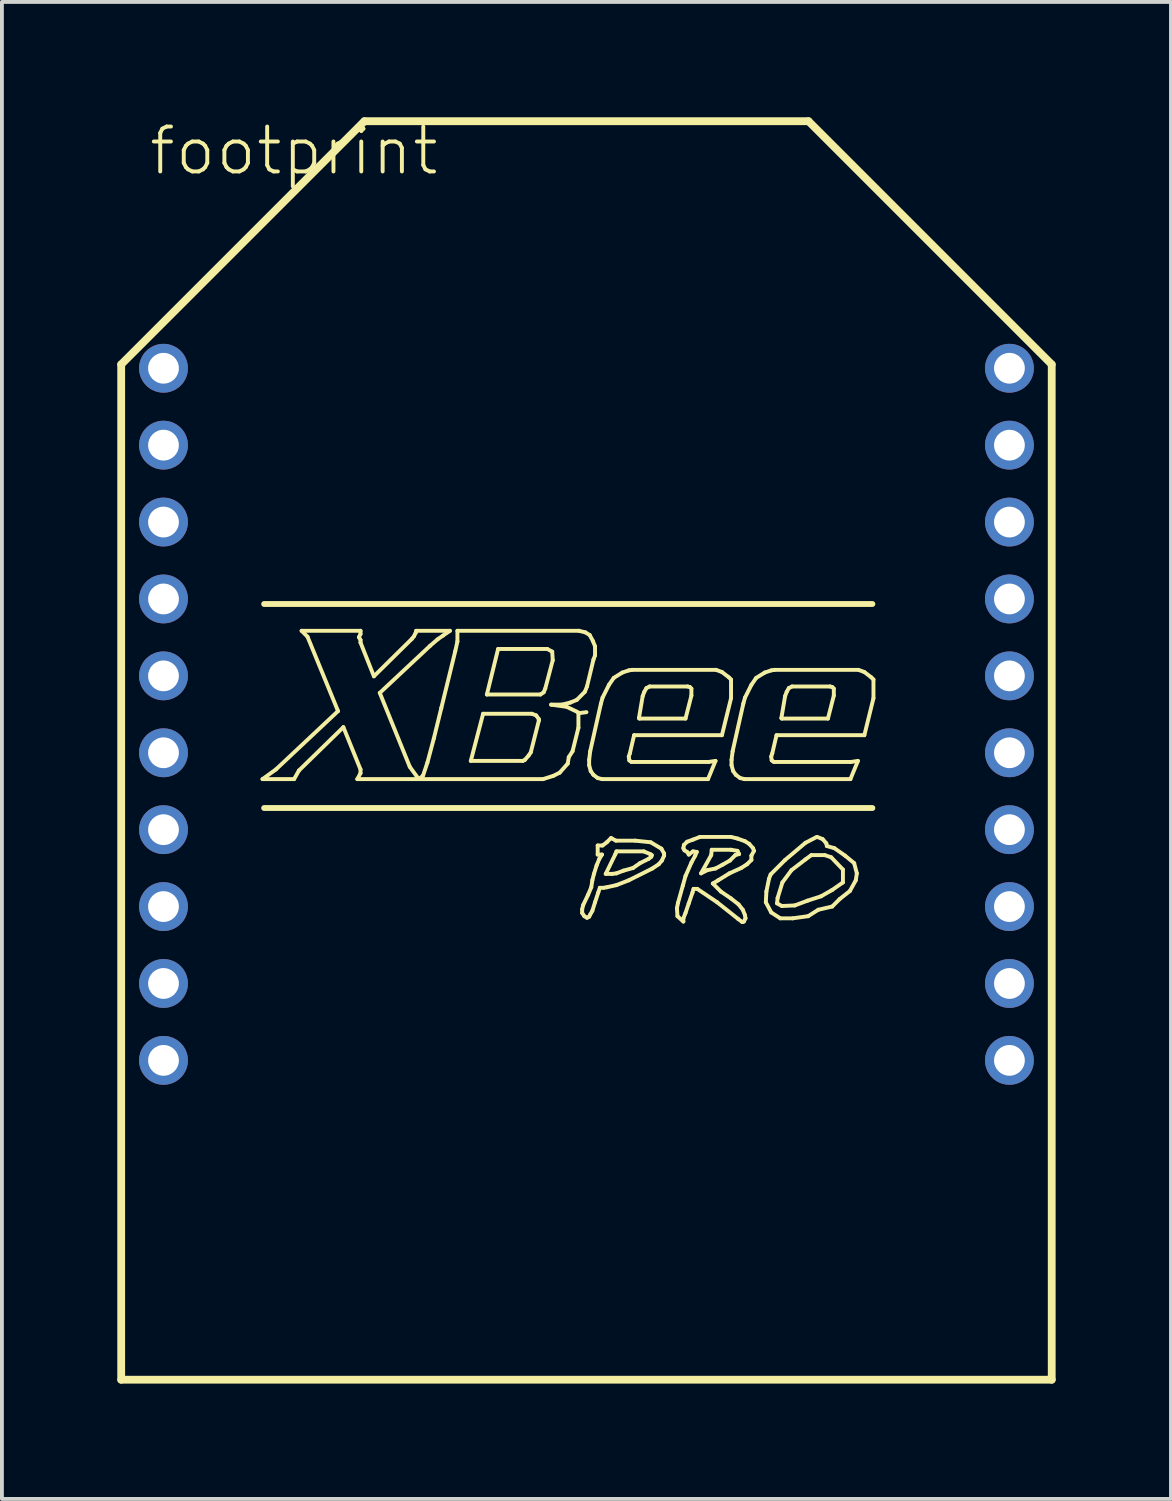
<source format=kicad_pcb>
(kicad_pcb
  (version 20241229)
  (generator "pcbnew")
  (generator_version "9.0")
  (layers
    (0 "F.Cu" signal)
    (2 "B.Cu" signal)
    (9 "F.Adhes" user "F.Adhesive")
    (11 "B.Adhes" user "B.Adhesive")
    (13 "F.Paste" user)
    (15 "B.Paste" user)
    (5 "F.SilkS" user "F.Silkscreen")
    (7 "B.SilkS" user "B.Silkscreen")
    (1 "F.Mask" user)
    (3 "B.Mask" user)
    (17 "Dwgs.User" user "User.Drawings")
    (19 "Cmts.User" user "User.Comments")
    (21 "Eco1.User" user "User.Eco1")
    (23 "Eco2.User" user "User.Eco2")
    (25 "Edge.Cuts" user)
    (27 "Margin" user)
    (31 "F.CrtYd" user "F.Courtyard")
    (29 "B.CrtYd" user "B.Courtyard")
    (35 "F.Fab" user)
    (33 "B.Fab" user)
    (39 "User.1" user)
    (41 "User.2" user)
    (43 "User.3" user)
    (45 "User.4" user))
  (footprint "footprint"
    (layer "F.Cu")
    (at 12.202 15.527)
    (property "Reference" "footprint" (at -11.43 -13.97 0) (layer "F.SilkS") (effects (font (size 1.168 1.168) (thickness 0.102)) (justify left bottom)))
    (fp_line (start -12.1 -9.1) (end -5.775 -15.425) (stroke (width 0.203) (type solid)) (layer "F.SilkS"))
    (fp_line (start -12.1 17.305) (end -12.1 -9.1) (stroke (width 0.203) (type solid)) (layer "F.SilkS"))
    (fp_line (start -8.425 1.685) (end -8.077 1.434) (stroke (width 0.102) (type solid)) (layer "F.SilkS"))
    (fp_line (start -8.383 -2.869) (end 7.436 -2.869) (stroke (width 0.152) (type solid)) (layer "F.SilkS"))
    (fp_line (start -8.383 2.437) (end 7.436 2.437) (stroke (width 0.152) (type solid)) (layer "F.SilkS"))
    (fp_line (start -8.077 1.434) (end -6.461 -0.084) (stroke (width 0.102) (type solid)) (layer "F.SilkS"))
    (fp_line (start -7.603 1.685) (end -8.425 1.685) (stroke (width 0.102) (type solid)) (layer "F.SilkS"))
    (fp_line (start -7.478 1.462) (end -7.603 1.685) (stroke (width 0.102) (type solid)) (layer "F.SilkS"))
    (fp_line (start -7.408 -2.172) (end -5.876 -2.172) (stroke (width 0.102) (type solid)) (layer "F.SilkS"))
    (fp_line (start -7.255 -2.019) (end -7.408 -2.172) (stroke (width 0.102) (type solid)) (layer "F.SilkS"))
    (fp_line (start -6.461 -0.084) (end -7.255 -2.019) (stroke (width 0.102) (type solid)) (layer "F.SilkS"))
    (fp_line (start -6.322 0.334) (end -7.478 1.462) (stroke (width 0.102) (type solid)) (layer "F.SilkS"))
    (fp_line (start -5.96 1.685) (end -5.876 1.532) (stroke (width 0.102) (type solid)) (layer "F.SilkS"))
    (fp_line (start -5.918 -2.005) (end -5.876 -1.935) (stroke (width 0.102) (type solid)) (layer "F.SilkS"))
    (fp_line (start -5.876 -2.172) (end -5.876 -2.089) (stroke (width 0.102) (type solid)) (layer "F.SilkS"))
    (fp_line (start -5.876 -2.089) (end -5.918 -2.005) (stroke (width 0.102) (type solid)) (layer "F.SilkS"))
    (fp_line (start -5.876 -1.935) (end -5.876 -1.866) (stroke (width 0.102) (type solid)) (layer "F.SilkS"))
    (fp_line (start -5.876 -1.866) (end -5.528 -0.989) (stroke (width 0.102) (type solid)) (layer "F.SilkS"))
    (fp_line (start -5.876 1.434) (end -6.322 0.334) (stroke (width 0.102) (type solid)) (layer "F.SilkS"))
    (fp_line (start -5.876 1.532) (end -5.876 1.434) (stroke (width 0.102) (type solid)) (layer "F.SilkS"))
    (fp_line (start -5.775 -15.425) (end 5.775 -15.425) (stroke (width 0.203) (type solid)) (layer "F.SilkS"))
    (fp_line (start -5.528 -0.989) (end -4.54 -1.963) (stroke (width 0.102) (type solid)) (layer "F.SilkS"))
    (fp_line (start -5.375 -0.557) (end -4.595 1.365) (stroke (width 0.102) (type solid)) (layer "F.SilkS"))
    (fp_line (start -4.595 1.365) (end -4.372 1.671) (stroke (width 0.102) (type solid)) (layer "F.SilkS"))
    (fp_line (start -4.54 -1.963) (end -4.484 -2.033) (stroke (width 0.102) (type solid)) (layer "F.SilkS"))
    (fp_line (start -4.484 -2.033) (end -4.442 -2.117) (stroke (width 0.102) (type solid)) (layer "F.SilkS"))
    (fp_line (start -4.442 -2.117) (end -4.428 -2.172) (stroke (width 0.102) (type solid)) (layer "F.SilkS"))
    (fp_line (start -4.428 -2.172) (end -3.551 -2.172) (stroke (width 0.102) (type solid)) (layer "F.SilkS"))
    (fp_line (start -4.372 1.671) (end -4.331 1.671) (stroke (width 0.102) (type solid)) (layer "F.SilkS"))
    (fp_line (start -4.331 1.671) (end -4.247 1.587) (stroke (width 0.102) (type solid)) (layer "F.SilkS"))
    (fp_line (start -4.247 1.587) (end -4.136 1.253) (stroke (width 0.102) (type solid)) (layer "F.SilkS"))
    (fp_line (start -4.136 1.253) (end -3.969 0.627) (stroke (width 0.102) (type solid)) (layer "F.SilkS"))
    (fp_line (start -4.066 -1.782) (end -5.375 -0.557) (stroke (width 0.102) (type solid)) (layer "F.SilkS"))
    (fp_line (start -3.969 0.627) (end -3.774 -0.167) (stroke (width 0.102) (type solid)) (layer "F.SilkS"))
    (fp_line (start -3.871 -1.95) (end -4.066 -1.782) (stroke (width 0.102) (type solid)) (layer "F.SilkS"))
    (fp_line (start -3.774 -0.167) (end -3.412 -1.643) (stroke (width 0.102) (type solid)) (layer "F.SilkS"))
    (fp_line (start -3.732 -2.047) (end -3.871 -1.95) (stroke (width 0.102) (type solid)) (layer "F.SilkS"))
    (fp_line (start -3.551 -2.172) (end -3.732 -2.047) (stroke (width 0.102) (type solid)) (layer "F.SilkS"))
    (fp_line (start -3.412 -1.643) (end -3.356 -1.894) (stroke (width 0.102) (type solid)) (layer "F.SilkS"))
    (fp_line (start -3.356 -2.172) (end -0.195 -2.172) (stroke (width 0.102) (type solid)) (layer "F.SilkS"))
    (fp_line (start -3.356 -1.894) (end -3.356 -2.172) (stroke (width 0.102) (type solid)) (layer "F.SilkS"))
    (fp_line (start -3.008 1.212) (end -2.688 -0.014) (stroke (width 0.102) (type solid)) (layer "F.SilkS"))
    (fp_line (start -2.688 -0.014) (end -1.42 -0.014) (stroke (width 0.102) (type solid)) (layer "F.SilkS"))
    (fp_line (start -2.59 -0.515) (end -2.298 -1.699) (stroke (width 0.102) (type solid)) (layer "F.SilkS"))
    (fp_line (start -2.298 -1.699) (end -1.017 -1.699) (stroke (width 0.102) (type solid)) (layer "F.SilkS"))
    (fp_line (start -1.657 1.212) (end -3.008 1.212) (stroke (width 0.102) (type solid)) (layer "F.SilkS"))
    (fp_line (start -1.601 1.184) (end -1.657 1.212) (stroke (width 0.102) (type solid)) (layer "F.SilkS"))
    (fp_line (start -1.504 1.072) (end -1.601 1.184) (stroke (width 0.102) (type solid)) (layer "F.SilkS"))
    (fp_line (start -1.448 0.989) (end -1.504 1.072) (stroke (width 0.102) (type solid)) (layer "F.SilkS"))
    (fp_line (start -1.42 -0.014) (end -1.309 0.028) (stroke (width 0.102) (type solid)) (layer "F.SilkS"))
    (fp_line (start -1.309 0.028) (end -1.239 0.125) (stroke (width 0.102) (type solid)) (layer "F.SilkS"))
    (fp_line (start -1.239 0.125) (end -1.239 0.167) (stroke (width 0.102) (type solid)) (layer "F.SilkS"))
    (fp_line (start -1.239 0.167) (end -1.448 0.989) (stroke (width 0.102) (type solid)) (layer "F.SilkS"))
    (fp_line (start -1.198 -0.515) (end -2.59 -0.515) (stroke (width 0.102) (type solid)) (layer "F.SilkS"))
    (fp_line (start -1.128 1.685) (end -5.96 1.685) (stroke (width 0.102) (type solid)) (layer "F.SilkS"))
    (fp_line (start -1.114 -0.571) (end -1.198 -0.515) (stroke (width 0.102) (type solid)) (layer "F.SilkS"))
    (fp_line (start -1.072 -0.668) (end -1.114 -0.571) (stroke (width 0.102) (type solid)) (layer "F.SilkS"))
    (fp_line (start -1.017 -1.699) (end -0.891 -1.629) (stroke (width 0.102) (type solid)) (layer "F.SilkS"))
    (fp_line (start -0.919 -0.251) (end -0.515 -0.195) (stroke (width 0.102) (type solid)) (layer "F.SilkS"))
    (fp_line (start -0.891 -1.629) (end -0.877 -1.406) (stroke (width 0.102) (type solid)) (layer "F.SilkS"))
    (fp_line (start -0.877 -1.406) (end -1.072 -0.668) (stroke (width 0.102) (type solid)) (layer "F.SilkS"))
    (fp_line (start -0.863 1.601) (end -1.128 1.685) (stroke (width 0.102) (type solid)) (layer "F.SilkS"))
    (fp_line (start -0.696 1.518) (end -0.863 1.601) (stroke (width 0.102) (type solid)) (layer "F.SilkS"))
    (fp_line (start -0.641 -0.251) (end -0.919 -0.251) (stroke (width 0.102) (type solid)) (layer "F.SilkS"))
    (fp_line (start -0.515 -0.195) (end -0.223 -0.056) (stroke (width 0.102) (type solid)) (layer "F.SilkS"))
    (fp_line (start -0.487 1.281) (end -0.696 1.518) (stroke (width 0.102) (type solid)) (layer "F.SilkS"))
    (fp_line (start -0.46 1.114) (end -0.487 1.281) (stroke (width 0.102) (type solid)) (layer "F.SilkS"))
    (fp_line (start -0.418 -0.306) (end -0.641 -0.251) (stroke (width 0.102) (type solid)) (layer "F.SilkS"))
    (fp_line (start -0.362 0.961) (end -0.46 1.114) (stroke (width 0.102) (type solid)) (layer "F.SilkS"))
    (fp_line (start -0.251 -0.376) (end -0.418 -0.306) (stroke (width 0.102) (type solid)) (layer "F.SilkS"))
    (fp_line (start -0.209 -0.028) (end -0.209 0.348) (stroke (width 0.102) (type solid)) (layer "F.SilkS"))
    (fp_line (start -0.209 0.348) (end -0.362 0.961) (stroke (width 0.102) (type solid)) (layer "F.SilkS"))
    (fp_line (start -0.195 -2.172) (end -0.028 -2.131) (stroke (width 0.102) (type solid)) (layer "F.SilkS"))
    (fp_line (start -0.112 5.069) (end -0.084 4.957) (stroke (width 0.102) (type solid)) (layer "F.SilkS"))
    (fp_line (start -0.112 5.166) (end -0.112 5.069) (stroke (width 0.102) (type solid)) (layer "F.SilkS"))
    (fp_line (start -0.084 4.957) (end 0.042 4.693) (stroke (width 0.102) (type solid)) (layer "F.SilkS"))
    (fp_line (start -0.056 5.25) (end -0.112 5.166) (stroke (width 0.102) (type solid)) (layer "F.SilkS"))
    (fp_line (start -0.042 -0.585) (end -0.251 -0.376) (stroke (width 0.102) (type solid)) (layer "F.SilkS"))
    (fp_line (start -0.028 -2.131) (end 0.084 -2.061) (stroke (width 0.102) (type solid)) (layer "F.SilkS"))
    (fp_line (start 0 -0.056) (end -0.209 -0.028) (stroke (width 0.102) (type solid)) (layer "F.SilkS"))
    (fp_line (start 0.014 -0.724) (end -0.042 -0.585) (stroke (width 0.102) (type solid)) (layer "F.SilkS"))
    (fp_line (start 0.014 5.292) (end -0.056 5.25) (stroke (width 0.102) (type solid)) (layer "F.SilkS"))
    (fp_line (start 0.042 4.693) (end 0.125 4.498) (stroke (width 0.102) (type solid)) (layer "F.SilkS"))
    (fp_line (start 0.07 1.184) (end 0.097 0.961) (stroke (width 0.102) (type solid)) (layer "F.SilkS"))
    (fp_line (start 0.07 1.323) (end 0.07 1.184) (stroke (width 0.102) (type solid)) (layer "F.SilkS"))
    (fp_line (start 0.07 5.264) (end 0.014 5.292) (stroke (width 0.102) (type solid)) (layer "F.SilkS"))
    (fp_line (start 0.084 -2.061) (end 0.167 -1.908) (stroke (width 0.102) (type solid)) (layer "F.SilkS"))
    (fp_line (start 0.097 0.961) (end 0.376 -0.279) (stroke (width 0.102) (type solid)) (layer "F.SilkS"))
    (fp_line (start 0.097 5.208) (end 0.07 5.264) (stroke (width 0.102) (type solid)) (layer "F.SilkS"))
    (fp_line (start 0.111 1.476) (end 0.07 1.323) (stroke (width 0.102) (type solid)) (layer "F.SilkS"))
    (fp_line (start 0.125 4.498) (end 0.153 4.317) (stroke (width 0.102) (type solid)) (layer "F.SilkS"))
    (fp_line (start 0.153 4.317) (end 0.195 4.15) (stroke (width 0.102) (type solid)) (layer "F.SilkS"))
    (fp_line (start 0.153 5.111) (end 0.097 5.208) (stroke (width 0.102) (type solid)) (layer "F.SilkS"))
    (fp_line (start 0.167 -1.908) (end 0.223 -1.768) (stroke (width 0.102) (type solid)) (layer "F.SilkS"))
    (fp_line (start 0.181 -1.42) (end 0.014 -0.724) (stroke (width 0.102) (type solid)) (layer "F.SilkS"))
    (fp_line (start 0.181 1.574) (end 0.111 1.476) (stroke (width 0.102) (type solid)) (layer "F.SilkS"))
    (fp_line (start 0.195 4.15) (end 0.265 3.927) (stroke (width 0.102) (type solid)) (layer "F.SilkS"))
    (fp_line (start 0.223 -1.768) (end 0.223 -1.532) (stroke (width 0.102) (type solid)) (layer "F.SilkS"))
    (fp_line (start 0.223 -1.532) (end 0.181 -1.42) (stroke (width 0.102) (type solid)) (layer "F.SilkS"))
    (fp_line (start 0.223 4.888) (end 0.153 5.111) (stroke (width 0.102) (type solid)) (layer "F.SilkS"))
    (fp_line (start 0.265 3.927) (end 0.334 3.76) (stroke (width 0.102) (type solid)) (layer "F.SilkS"))
    (fp_line (start 0.292 1.657) (end 0.181 1.574) (stroke (width 0.102) (type solid)) (layer "F.SilkS"))
    (fp_line (start 0.292 3.412) (end 0.418 3.412) (stroke (width 0.102) (type solid)) (layer "F.SilkS"))
    (fp_line (start 0.292 3.648) (end 0.292 3.412) (stroke (width 0.102) (type solid)) (layer "F.SilkS"))
    (fp_line (start 0.306 4.637) (end 0.223 4.888) (stroke (width 0.102) (type solid)) (layer "F.SilkS"))
    (fp_line (start 0.334 3.76) (end 0.404 3.648) (stroke (width 0.102) (type solid)) (layer "F.SilkS"))
    (fp_line (start 0.348 4.512) (end 0.306 4.637) (stroke (width 0.102) (type solid)) (layer "F.SilkS"))
    (fp_line (start 0.376 -0.279) (end 0.418 -0.432) (stroke (width 0.102) (type solid)) (layer "F.SilkS"))
    (fp_line (start 0.404 1.685) (end 0.292 1.657) (stroke (width 0.102) (type solid)) (layer "F.SilkS"))
    (fp_line (start 0.404 3.648) (end 0.292 3.648) (stroke (width 0.102) (type solid)) (layer "F.SilkS"))
    (fp_line (start 0.418 -0.432) (end 0.585 -0.766) (stroke (width 0.102) (type solid)) (layer "F.SilkS"))
    (fp_line (start 0.418 3.412) (end 0.529 3.328) (stroke (width 0.102) (type solid)) (layer "F.SilkS"))
    (fp_line (start 0.446 4.512) (end 0.348 4.512) (stroke (width 0.102) (type solid)) (layer "F.SilkS"))
    (fp_line (start 0.501 4.15) (end 0.752 3.635) (stroke (width 0.102) (type solid)) (layer "F.SilkS"))
    (fp_line (start 0.529 3.328) (end 0.64 3.217) (stroke (width 0.102) (type solid)) (layer "F.SilkS"))
    (fp_line (start 0.529 4.498) (end 0.446 4.512) (stroke (width 0.102) (type solid)) (layer "F.SilkS"))
    (fp_line (start 0.585 -0.766) (end 0.71 -0.947) (stroke (width 0.102) (type solid)) (layer "F.SilkS"))
    (fp_line (start 0.64 3.217) (end 0.766 3.286) (stroke (width 0.102) (type solid)) (layer "F.SilkS"))
    (fp_line (start 0.668 4.15) (end 0.501 4.15) (stroke (width 0.102) (type solid)) (layer "F.SilkS"))
    (fp_line (start 0.71 -0.947) (end 0.933 -1.086) (stroke (width 0.102) (type solid)) (layer "F.SilkS"))
    (fp_line (start 0.752 3.635) (end 0.78 3.565) (stroke (width 0.102) (type solid)) (layer "F.SilkS"))
    (fp_line (start 0.766 3.286) (end 1.267 3.286) (stroke (width 0.102) (type solid)) (layer "F.SilkS"))
    (fp_line (start 0.78 3.565) (end 1.49 3.565) (stroke (width 0.102) (type solid)) (layer "F.SilkS"))
    (fp_line (start 0.78 4.136) (end 0.668 4.15) (stroke (width 0.102) (type solid)) (layer "F.SilkS"))
    (fp_line (start 0.78 4.442) (end 0.529 4.498) (stroke (width 0.102) (type solid)) (layer "F.SilkS"))
    (fp_line (start 0.933 -1.086) (end 1.1 -1.142) (stroke (width 0.102) (type solid)) (layer "F.SilkS"))
    (fp_line (start 0.961 4.066) (end 0.78 4.136) (stroke (width 0.102) (type solid)) (layer "F.SilkS"))
    (fp_line (start 1.1 -1.142) (end 1.183 -1.156) (stroke (width 0.102) (type solid)) (layer "F.SilkS"))
    (fp_line (start 1.1 1.1) (end 1.114 1.198) (stroke (width 0.102) (type solid)) (layer "F.SilkS"))
    (fp_line (start 1.1 4.317) (end 0.78 4.442) (stroke (width 0.102) (type solid)) (layer "F.SilkS"))
    (fp_line (start 1.114 1.198) (end 1.17 1.239) (stroke (width 0.102) (type solid)) (layer "F.SilkS"))
    (fp_line (start 1.128 1.017) (end 1.1 1.1) (stroke (width 0.102) (type solid)) (layer "F.SilkS"))
    (fp_line (start 1.17 1.239) (end 3.175 1.239) (stroke (width 0.102) (type solid)) (layer "F.SilkS"))
    (fp_line (start 1.183 -1.156) (end 3.37 -1.156) (stroke (width 0.102) (type solid)) (layer "F.SilkS"))
    (fp_line (start 1.211 3.997) (end 0.961 4.066) (stroke (width 0.102) (type solid)) (layer "F.SilkS"))
    (fp_line (start 1.239 0.543) (end 1.128 1.017) (stroke (width 0.102) (type solid)) (layer "F.SilkS"))
    (fp_line (start 1.267 3.286) (end 1.671 3.328) (stroke (width 0.102) (type solid)) (layer "F.SilkS"))
    (fp_line (start 1.365 0.098) (end 1.462 -0.473) (stroke (width 0.102) (type solid)) (layer "F.SilkS"))
    (fp_line (start 1.379 0.111) (end 1.365 0.098) (stroke (width 0.102) (type solid)) (layer "F.SilkS"))
    (fp_line (start 1.392 3.871) (end 1.211 3.997) (stroke (width 0.102) (type solid)) (layer "F.SilkS"))
    (fp_line (start 1.462 -0.473) (end 1.504 -0.585) (stroke (width 0.102) (type solid)) (layer "F.SilkS"))
    (fp_line (start 1.49 3.565) (end 1.657 3.635) (stroke (width 0.102) (type solid)) (layer "F.SilkS"))
    (fp_line (start 1.504 -0.585) (end 1.56 -0.682) (stroke (width 0.102) (type solid)) (layer "F.SilkS"))
    (fp_line (start 1.56 -0.682) (end 1.643 -0.724) (stroke (width 0.102) (type solid)) (layer "F.SilkS"))
    (fp_line (start 1.615 3.76) (end 1.392 3.871) (stroke (width 0.102) (type solid)) (layer "F.SilkS"))
    (fp_line (start 1.643 -0.724) (end 2.632 -0.724) (stroke (width 0.102) (type solid)) (layer "F.SilkS"))
    (fp_line (start 1.657 3.635) (end 1.699 3.662) (stroke (width 0.102) (type solid)) (layer "F.SilkS"))
    (fp_line (start 1.671 3.328) (end 1.949 3.495) (stroke (width 0.102) (type solid)) (layer "F.SilkS"))
    (fp_line (start 1.685 3.704) (end 1.615 3.76) (stroke (width 0.102) (type solid)) (layer "F.SilkS"))
    (fp_line (start 1.699 3.662) (end 1.685 3.704) (stroke (width 0.102) (type solid)) (layer "F.SilkS"))
    (fp_line (start 1.713 4.01) (end 1.1 4.317) (stroke (width 0.102) (type solid)) (layer "F.SilkS"))
    (fp_line (start 1.88 3.899) (end 1.713 4.01) (stroke (width 0.102) (type solid)) (layer "F.SilkS"))
    (fp_line (start 1.949 3.495) (end 2.019 3.62) (stroke (width 0.102) (type solid)) (layer "F.SilkS"))
    (fp_line (start 1.963 3.802) (end 1.88 3.899) (stroke (width 0.102) (type solid)) (layer "F.SilkS"))
    (fp_line (start 2.019 3.62) (end 2.019 3.676) (stroke (width 0.102) (type solid)) (layer "F.SilkS"))
    (fp_line (start 2.019 3.676) (end 1.963 3.802) (stroke (width 0.102) (type solid)) (layer "F.SilkS"))
    (fp_line (start 2.353 5.041) (end 2.381 4.902) (stroke (width 0.102) (type solid)) (layer "F.SilkS"))
    (fp_line (start 2.367 5.25) (end 2.353 5.041) (stroke (width 0.102) (type solid)) (layer "F.SilkS"))
    (fp_line (start 2.381 4.902) (end 2.506 4.456) (stroke (width 0.102) (type solid)) (layer "F.SilkS"))
    (fp_line (start 2.506 4.456) (end 2.576 4.205) (stroke (width 0.102) (type solid)) (layer "F.SilkS"))
    (fp_line (start 2.52 3.481) (end 2.534 3.398) (stroke (width 0.102) (type solid)) (layer "F.SilkS"))
    (fp_line (start 2.52 5.306) (end 2.52 5.389) (stroke (width 0.102) (type solid)) (layer "F.SilkS"))
    (fp_line (start 2.52 5.389) (end 2.367 5.25) (stroke (width 0.102) (type solid)) (layer "F.SilkS"))
    (fp_line (start 2.534 3.398) (end 2.618 3.314) (stroke (width 0.102) (type solid)) (layer "F.SilkS"))
    (fp_line (start 2.548 3.537) (end 2.52 3.481) (stroke (width 0.102) (type solid)) (layer "F.SilkS"))
    (fp_line (start 2.576 0.111) (end 1.379 0.111) (stroke (width 0.102) (type solid)) (layer "F.SilkS"))
    (fp_line (start 2.576 4.205) (end 2.729 3.857) (stroke (width 0.102) (type solid)) (layer "F.SilkS"))
    (fp_line (start 2.576 5.166) (end 2.52 5.306) (stroke (width 0.102) (type solid)) (layer "F.SilkS"))
    (fp_line (start 2.618 3.314) (end 2.771 3.259) (stroke (width 0.102) (type solid)) (layer "F.SilkS"))
    (fp_line (start 2.618 3.579) (end 2.548 3.537) (stroke (width 0.102) (type solid)) (layer "F.SilkS"))
    (fp_line (start 2.632 -0.724) (end 2.687 -0.71) (stroke (width 0.102) (type solid)) (layer "F.SilkS"))
    (fp_line (start 2.66 3.635) (end 2.618 3.579) (stroke (width 0.102) (type solid)) (layer "F.SilkS"))
    (fp_line (start 2.66 3.648) (end 2.66 3.635) (stroke (width 0.102) (type solid)) (layer "F.SilkS"))
    (fp_line (start 2.66 4.916) (end 2.576 5.166) (stroke (width 0.102) (type solid)) (layer "F.SilkS"))
    (fp_line (start 2.687 -0.71) (end 2.729 -0.668) (stroke (width 0.102) (type solid)) (layer "F.SilkS"))
    (fp_line (start 2.729 -0.668) (end 2.729 -0.487) (stroke (width 0.102) (type solid)) (layer "F.SilkS"))
    (fp_line (start 2.729 -0.487) (end 2.576 0.111) (stroke (width 0.102) (type solid)) (layer "F.SilkS"))
    (fp_line (start 2.729 3.857) (end 2.827 3.676) (stroke (width 0.102) (type solid)) (layer "F.SilkS"))
    (fp_line (start 2.757 4.637) (end 2.66 4.916) (stroke (width 0.102) (type solid)) (layer "F.SilkS"))
    (fp_line (start 2.771 3.259) (end 2.952 3.189) (stroke (width 0.102) (type solid)) (layer "F.SilkS"))
    (fp_line (start 2.771 3.565) (end 2.66 3.648) (stroke (width 0.102) (type solid)) (layer "F.SilkS"))
    (fp_line (start 2.785 4.54) (end 2.757 4.637) (stroke (width 0.102) (type solid)) (layer "F.SilkS"))
    (fp_line (start 2.827 3.676) (end 2.869 3.579) (stroke (width 0.102) (type solid)) (layer "F.SilkS"))
    (fp_line (start 2.869 3.579) (end 2.771 3.565) (stroke (width 0.102) (type solid)) (layer "F.SilkS"))
    (fp_line (start 2.882 4.54) (end 2.785 4.54) (stroke (width 0.102) (type solid)) (layer "F.SilkS"))
    (fp_line (start 2.952 3.189) (end 3.76 3.189) (stroke (width 0.102) (type solid)) (layer "F.SilkS"))
    (fp_line (start 2.98 4.136) (end 3.244 3.662) (stroke (width 0.102) (type solid)) (layer "F.SilkS"))
    (fp_line (start 3.147 4.052) (end 2.98 4.136) (stroke (width 0.102) (type solid)) (layer "F.SilkS"))
    (fp_line (start 3.161 1.685) (end 0.404 1.685) (stroke (width 0.102) (type solid)) (layer "F.SilkS"))
    (fp_line (start 3.175 1.239) (end 3.356 1.212) (stroke (width 0.102) (type solid)) (layer "F.SilkS"))
    (fp_line (start 3.244 3.662) (end 3.258 3.523) (stroke (width 0.102) (type solid)) (layer "F.SilkS"))
    (fp_line (start 3.258 3.523) (end 3.76 3.523) (stroke (width 0.102) (type solid)) (layer "F.SilkS"))
    (fp_line (start 3.286 4.4) (end 3.495 4.609) (stroke (width 0.102) (type solid)) (layer "F.SilkS"))
    (fp_line (start 3.356 1.212) (end 3.161 1.685) (stroke (width 0.102) (type solid)) (layer "F.SilkS"))
    (fp_line (start 3.356 4.01) (end 3.147 4.052) (stroke (width 0.102) (type solid)) (layer "F.SilkS"))
    (fp_line (start 3.37 -1.156) (end 3.523 -1.1) (stroke (width 0.102) (type solid)) (layer "F.SilkS"))
    (fp_line (start 3.398 4.888) (end 2.882 4.54) (stroke (width 0.102) (type solid)) (layer "F.SilkS"))
    (fp_line (start 3.425 4.317) (end 3.286 4.4) (stroke (width 0.102) (type solid)) (layer "F.SilkS"))
    (fp_line (start 3.495 4.609) (end 3.76 4.79) (stroke (width 0.102) (type solid)) (layer "F.SilkS"))
    (fp_line (start 3.523 -1.1) (end 3.704 -0.961) (stroke (width 0.102) (type solid)) (layer "F.SilkS"))
    (fp_line (start 3.523 0.543) (end 1.239 0.543) (stroke (width 0.102) (type solid)) (layer "F.SilkS"))
    (fp_line (start 3.537 3.913) (end 3.356 4.01) (stroke (width 0.102) (type solid)) (layer "F.SilkS"))
    (fp_line (start 3.704 -0.961) (end 3.76 -0.905) (stroke (width 0.102) (type solid)) (layer "F.SilkS"))
    (fp_line (start 3.718 4.136) (end 3.425 4.317) (stroke (width 0.102) (type solid)) (layer "F.SilkS"))
    (fp_line (start 3.732 3.802) (end 3.537 3.913) (stroke (width 0.102) (type solid)) (layer "F.SilkS"))
    (fp_line (start 3.76 -0.905) (end 3.76 -0.418) (stroke (width 0.102) (type solid)) (layer "F.SilkS"))
    (fp_line (start 3.76 -0.418) (end 3.523 0.543) (stroke (width 0.102) (type solid)) (layer "F.SilkS"))
    (fp_line (start 3.76 3.189) (end 3.927 3.231) (stroke (width 0.102) (type solid)) (layer "F.SilkS"))
    (fp_line (start 3.76 3.523) (end 3.927 3.551) (stroke (width 0.102) (type solid)) (layer "F.SilkS"))
    (fp_line (start 3.76 4.79) (end 3.955 4.943) (stroke (width 0.102) (type solid)) (layer "F.SilkS"))
    (fp_line (start 3.773 1.184) (end 3.801 0.961) (stroke (width 0.102) (type solid)) (layer "F.SilkS"))
    (fp_line (start 3.773 1.323) (end 3.773 1.184) (stroke (width 0.102) (type solid)) (layer "F.SilkS"))
    (fp_line (start 3.801 0.961) (end 4.08 -0.279) (stroke (width 0.102) (type solid)) (layer "F.SilkS"))
    (fp_line (start 3.815 1.476) (end 3.773 1.323) (stroke (width 0.102) (type solid)) (layer "F.SilkS"))
    (fp_line (start 3.871 3.662) (end 3.732 3.802) (stroke (width 0.102) (type solid)) (layer "F.SilkS"))
    (fp_line (start 3.885 1.574) (end 3.815 1.476) (stroke (width 0.102) (type solid)) (layer "F.SilkS"))
    (fp_line (start 3.927 3.231) (end 4.122 3.3) (stroke (width 0.102) (type solid)) (layer "F.SilkS"))
    (fp_line (start 3.927 3.551) (end 3.969 3.635) (stroke (width 0.102) (type solid)) (layer "F.SilkS"))
    (fp_line (start 3.941 5.319) (end 3.398 4.888) (stroke (width 0.102) (type solid)) (layer "F.SilkS"))
    (fp_line (start 3.955 4.943) (end 4.066 5.083) (stroke (width 0.102) (type solid)) (layer "F.SilkS"))
    (fp_line (start 3.969 3.635) (end 3.871 3.662) (stroke (width 0.102) (type solid)) (layer "F.SilkS"))
    (fp_line (start 3.996 1.657) (end 3.885 1.574) (stroke (width 0.102) (type solid)) (layer "F.SilkS"))
    (fp_line (start 4.024 3.997) (end 3.718 4.136) (stroke (width 0.102) (type solid)) (layer "F.SilkS"))
    (fp_line (start 4.052 5.403) (end 3.941 5.319) (stroke (width 0.102) (type solid)) (layer "F.SilkS"))
    (fp_line (start 4.066 5.083) (end 4.122 5.222) (stroke (width 0.102) (type solid)) (layer "F.SilkS"))
    (fp_line (start 4.08 -0.279) (end 4.122 -0.432) (stroke (width 0.102) (type solid)) (layer "F.SilkS"))
    (fp_line (start 4.094 5.389) (end 4.052 5.403) (stroke (width 0.102) (type solid)) (layer "F.SilkS"))
    (fp_line (start 4.108 1.685) (end 3.996 1.657) (stroke (width 0.102) (type solid)) (layer "F.SilkS"))
    (fp_line (start 4.122 -0.432) (end 4.289 -0.766) (stroke (width 0.102) (type solid)) (layer "F.SilkS"))
    (fp_line (start 4.122 3.3) (end 4.233 3.37) (stroke (width 0.102) (type solid)) (layer "F.SilkS"))
    (fp_line (start 4.122 5.222) (end 4.136 5.306) (stroke (width 0.102) (type solid)) (layer "F.SilkS"))
    (fp_line (start 4.136 5.306) (end 4.094 5.389) (stroke (width 0.102) (type solid)) (layer "F.SilkS"))
    (fp_line (start 4.177 3.899) (end 4.024 3.997) (stroke (width 0.102) (type solid)) (layer "F.SilkS"))
    (fp_line (start 4.233 3.37) (end 4.331 3.481) (stroke (width 0.102) (type solid)) (layer "F.SilkS"))
    (fp_line (start 4.289 -0.766) (end 4.414 -0.947) (stroke (width 0.102) (type solid)) (layer "F.SilkS"))
    (fp_line (start 4.289 3.676) (end 4.289 3.788) (stroke (width 0.102) (type solid)) (layer "F.SilkS"))
    (fp_line (start 4.289 3.788) (end 4.177 3.899) (stroke (width 0.102) (type solid)) (layer "F.SilkS"))
    (fp_line (start 4.331 3.481) (end 4.358 3.551) (stroke (width 0.102) (type solid)) (layer "F.SilkS"))
    (fp_line (start 4.358 3.551) (end 4.289 3.676) (stroke (width 0.102) (type solid)) (layer "F.SilkS"))
    (fp_line (start 4.414 -0.947) (end 4.637 -1.086) (stroke (width 0.102) (type solid)) (layer "F.SilkS"))
    (fp_line (start 4.637 -1.086) (end 4.804 -1.142) (stroke (width 0.102) (type solid)) (layer "F.SilkS"))
    (fp_line (start 4.665 4.888) (end 4.679 4.609) (stroke (width 0.102) (type solid)) (layer "F.SilkS"))
    (fp_line (start 4.679 4.609) (end 4.748 4.275) (stroke (width 0.102) (type solid)) (layer "F.SilkS"))
    (fp_line (start 4.748 4.275) (end 4.79 4.164) (stroke (width 0.102) (type solid)) (layer "F.SilkS"))
    (fp_line (start 4.79 4.164) (end 5.166 3.788) (stroke (width 0.102) (type solid)) (layer "F.SilkS"))
    (fp_line (start 4.804 -1.142) (end 4.888 -1.156) (stroke (width 0.102) (type solid)) (layer "F.SilkS"))
    (fp_line (start 4.804 1.1) (end 4.818 1.198) (stroke (width 0.102) (type solid)) (layer "F.SilkS"))
    (fp_line (start 4.804 5.152) (end 4.665 4.888) (stroke (width 0.102) (type solid)) (layer "F.SilkS"))
    (fp_line (start 4.818 1.198) (end 4.874 1.239) (stroke (width 0.102) (type solid)) (layer "F.SilkS"))
    (fp_line (start 4.832 1.017) (end 4.804 1.1) (stroke (width 0.102) (type solid)) (layer "F.SilkS"))
    (fp_line (start 4.874 1.239) (end 6.879 1.239) (stroke (width 0.102) (type solid)) (layer "F.SilkS"))
    (fp_line (start 4.888 -1.156) (end 7.074 -1.156) (stroke (width 0.102) (type solid)) (layer "F.SilkS"))
    (fp_line (start 4.943 0.543) (end 4.832 1.017) (stroke (width 0.102) (type solid)) (layer "F.SilkS"))
    (fp_line (start 4.957 4.916) (end 4.971 4.776) (stroke (width 0.102) (type solid)) (layer "F.SilkS"))
    (fp_line (start 4.971 4.776) (end 5.096 4.372) (stroke (width 0.102) (type solid)) (layer "F.SilkS"))
    (fp_line (start 5.041 5.306) (end 4.804 5.152) (stroke (width 0.102) (type solid)) (layer "F.SilkS"))
    (fp_line (start 5.069 0.098) (end 5.166 -0.473) (stroke (width 0.102) (type solid)) (layer "F.SilkS"))
    (fp_line (start 5.082 0.111) (end 5.069 0.098) (stroke (width 0.102) (type solid)) (layer "F.SilkS"))
    (fp_line (start 5.082 4.985) (end 4.957 4.916) (stroke (width 0.102) (type solid)) (layer "F.SilkS"))
    (fp_line (start 5.096 4.372) (end 5.333 4.052) (stroke (width 0.102) (type solid)) (layer "F.SilkS"))
    (fp_line (start 5.166 -0.473) (end 5.208 -0.585) (stroke (width 0.102) (type solid)) (layer "F.SilkS"))
    (fp_line (start 5.166 3.788) (end 5.695 3.342) (stroke (width 0.102) (type solid)) (layer "F.SilkS"))
    (fp_line (start 5.208 -0.585) (end 5.263 -0.682) (stroke (width 0.102) (type solid)) (layer "F.SilkS"))
    (fp_line (start 5.263 -0.682) (end 5.347 -0.724) (stroke (width 0.102) (type solid)) (layer "F.SilkS"))
    (fp_line (start 5.333 4.052) (end 5.695 3.774) (stroke (width 0.102) (type solid)) (layer "F.SilkS"))
    (fp_line (start 5.347 -0.724) (end 6.336 -0.724) (stroke (width 0.102) (type solid)) (layer "F.SilkS"))
    (fp_line (start 5.361 5.306) (end 5.041 5.306) (stroke (width 0.102) (type solid)) (layer "F.SilkS"))
    (fp_line (start 5.417 4.971) (end 5.082 4.985) (stroke (width 0.102) (type solid)) (layer "F.SilkS"))
    (fp_line (start 5.695 3.342) (end 5.988 3.189) (stroke (width 0.102) (type solid)) (layer "F.SilkS"))
    (fp_line (start 5.695 3.774) (end 5.848 3.662) (stroke (width 0.102) (type solid)) (layer "F.SilkS"))
    (fp_line (start 5.751 4.846) (end 5.417 4.971) (stroke (width 0.102) (type solid)) (layer "F.SilkS"))
    (fp_line (start 5.765 5.25) (end 5.361 5.306) (stroke (width 0.102) (type solid)) (layer "F.SilkS"))
    (fp_line (start 5.775 -15.425) (end 12.1 -9.1) (stroke (width 0.203) (type solid)) (layer "F.SilkS"))
    (fp_line (start 5.848 3.662) (end 6.197 3.662) (stroke (width 0.102) (type solid)) (layer "F.SilkS"))
    (fp_line (start 6.002 3.189) (end 6.141 3.245) (stroke (width 0.102) (type solid)) (layer "F.SilkS"))
    (fp_line (start 6.029 5.083) (end 5.765 5.25) (stroke (width 0.102) (type solid)) (layer "F.SilkS"))
    (fp_line (start 6.099 4.734) (end 5.751 4.846) (stroke (width 0.102) (type solid)) (layer "F.SilkS"))
    (fp_line (start 6.141 3.245) (end 6.238 3.356) (stroke (width 0.102) (type solid)) (layer "F.SilkS"))
    (fp_line (start 6.197 3.662) (end 6.364 3.718) (stroke (width 0.102) (type solid)) (layer "F.SilkS"))
    (fp_line (start 6.238 3.356) (end 6.252 3.426) (stroke (width 0.102) (type solid)) (layer "F.SilkS"))
    (fp_line (start 6.252 3.426) (end 6.447 3.481) (stroke (width 0.102) (type solid)) (layer "F.SilkS"))
    (fp_line (start 6.28 0.111) (end 5.082 0.111) (stroke (width 0.102) (type solid)) (layer "F.SilkS"))
    (fp_line (start 6.336 -0.724) (end 6.391 -0.71) (stroke (width 0.102) (type solid)) (layer "F.SilkS"))
    (fp_line (start 6.364 3.718) (end 6.67 4.038) (stroke (width 0.102) (type solid)) (layer "F.SilkS"))
    (fp_line (start 6.391 -0.71) (end 6.433 -0.668) (stroke (width 0.102) (type solid)) (layer "F.SilkS"))
    (fp_line (start 6.391 4.567) (end 6.099 4.734) (stroke (width 0.102) (type solid)) (layer "F.SilkS"))
    (fp_line (start 6.391 4.999) (end 6.029 5.083) (stroke (width 0.102) (type solid)) (layer "F.SilkS"))
    (fp_line (start 6.433 -0.668) (end 6.433 -0.487) (stroke (width 0.102) (type solid)) (layer "F.SilkS"))
    (fp_line (start 6.433 -0.487) (end 6.28 0.111) (stroke (width 0.102) (type solid)) (layer "F.SilkS"))
    (fp_line (start 6.447 3.481) (end 6.726 3.676) (stroke (width 0.102) (type solid)) (layer "F.SilkS"))
    (fp_line (start 6.586 4.804) (end 6.391 4.999) (stroke (width 0.102) (type solid)) (layer "F.SilkS"))
    (fp_line (start 6.67 4.038) (end 6.67 4.372) (stroke (width 0.102) (type solid)) (layer "F.SilkS"))
    (fp_line (start 6.67 4.372) (end 6.391 4.567) (stroke (width 0.102) (type solid)) (layer "F.SilkS"))
    (fp_line (start 6.726 3.676) (end 6.962 3.871) (stroke (width 0.102) (type solid)) (layer "F.SilkS"))
    (fp_line (start 6.851 4.595) (end 6.586 4.804) (stroke (width 0.102) (type solid)) (layer "F.SilkS"))
    (fp_line (start 6.865 1.685) (end 4.108 1.685) (stroke (width 0.102) (type solid)) (layer "F.SilkS"))
    (fp_line (start 6.879 1.239) (end 7.06 1.212) (stroke (width 0.102) (type solid)) (layer "F.SilkS"))
    (fp_line (start 6.962 3.871) (end 7.032 4.136) (stroke (width 0.102) (type solid)) (layer "F.SilkS"))
    (fp_line (start 7.004 4.317) (end 6.851 4.595) (stroke (width 0.102) (type solid)) (layer "F.SilkS"))
    (fp_line (start 7.032 4.136) (end 7.004 4.317) (stroke (width 0.102) (type solid)) (layer "F.SilkS"))
    (fp_line (start 7.06 1.212) (end 6.865 1.685) (stroke (width 0.102) (type solid)) (layer "F.SilkS"))
    (fp_line (start 7.074 -1.156) (end 7.227 -1.1) (stroke (width 0.102) (type solid)) (layer "F.SilkS"))
    (fp_line (start 7.227 -1.1) (end 7.408 -0.961) (stroke (width 0.102) (type solid)) (layer "F.SilkS"))
    (fp_line (start 7.227 0.543) (end 4.943 0.543) (stroke (width 0.102) (type solid)) (layer "F.SilkS"))
    (fp_line (start 7.408 -0.961) (end 7.464 -0.905) (stroke (width 0.102) (type solid)) (layer "F.SilkS"))
    (fp_line (start 7.464 -0.905) (end 7.464 -0.418) (stroke (width 0.102) (type solid)) (layer "F.SilkS"))
    (fp_line (start 7.464 -0.418) (end 7.227 0.543) (stroke (width 0.102) (type solid)) (layer "F.SilkS"))
    (fp_line (start 12.1 -9.1) (end 12.1 17.305) (stroke (width 0.203) (type solid)) (layer "F.SilkS"))
    (fp_line (start 12.1 17.305) (end -12.1 17.305) (stroke (width 0.203) (type solid)) (layer "F.SilkS"))
    (pad "1" thru_hole circle (at -11 -9) (size 1.27 1.27) (drill 0.8) (layers "*.Cu" "*.Mask"))
    (pad "2" thru_hole circle (at -11 -7) (size 1.27 1.27) (drill 0.8) (layers "*.Cu" "*.Mask"))
    (pad "3" thru_hole circle (at -11 -5) (size 1.27 1.27) (drill 0.8) (layers "*.Cu" "*.Mask"))
    (pad "4" thru_hole circle (at -11 -3) (size 1.27 1.27) (drill 0.8) (layers "*.Cu" "*.Mask"))
    (pad "5" thru_hole circle (at -11 -1) (size 1.27 1.27) (drill 0.8) (layers "*.Cu" "*.Mask"))
    (pad "6" thru_hole circle (at -11 1) (size 1.27 1.27) (drill 0.8) (layers "*.Cu" "*.Mask"))
    (pad "7" thru_hole circle (at -11 3) (size 1.27 1.27) (drill 0.8) (layers "*.Cu" "*.Mask"))
    (pad "8" thru_hole circle (at -11 5) (size 1.27 1.27) (drill 0.8) (layers "*.Cu" "*.Mask"))
    (pad "9" thru_hole circle (at -11 7) (size 1.27 1.27) (drill 0.8) (layers "*.Cu" "*.Mask"))
    (pad "10" thru_hole circle (at -11 9) (size 1.27 1.27) (drill 0.8) (layers "*.Cu" "*.Mask"))
    (pad "11" thru_hole circle (at 11 9 180) (size 1.27 1.27) (drill 0.8) (layers "*.Cu" "*.Mask"))
    (pad "12" thru_hole circle (at 11 7 180) (size 1.27 1.27) (drill 0.8) (layers "*.Cu" "*.Mask"))
    (pad "13" thru_hole circle (at 11 5 180) (size 1.27 1.27) (drill 0.8) (layers "*.Cu" "*.Mask"))
    (pad "14" thru_hole circle (at 11 3 180) (size 1.27 1.27) (drill 0.8) (layers "*.Cu" "*.Mask"))
    (pad "15" thru_hole circle (at 11 1 180) (size 1.27 1.27) (drill 0.8) (layers "*.Cu" "*.Mask"))
    (pad "16" thru_hole circle (at 11 -1 180) (size 1.27 1.27) (drill 0.8) (layers "*.Cu" "*.Mask"))
    (pad "17" thru_hole circle (at 11 -3 180) (size 1.27 1.27) (drill 0.8) (layers "*.Cu" "*.Mask"))
    (pad "18" thru_hole circle (at 11 -5 180) (size 1.27 1.27) (drill 0.8) (layers "*.Cu" "*.Mask"))
    (pad "19" thru_hole circle (at 11 -7 180) (size 1.27 1.27) (drill 0.8) (layers "*.Cu" "*.Mask"))
    (pad "20" thru_hole circle (at 11 -9 180) (size 1.27 1.27) (drill 0.8) (layers "*.Cu" "*.Mask")))
  (gr_rect
    (start -3 -3)
    (end 27.403 35.933)
    (stroke (width 0.1) (type default))
    (fill no)
    (layer "Edge.Cuts")))
</source>
